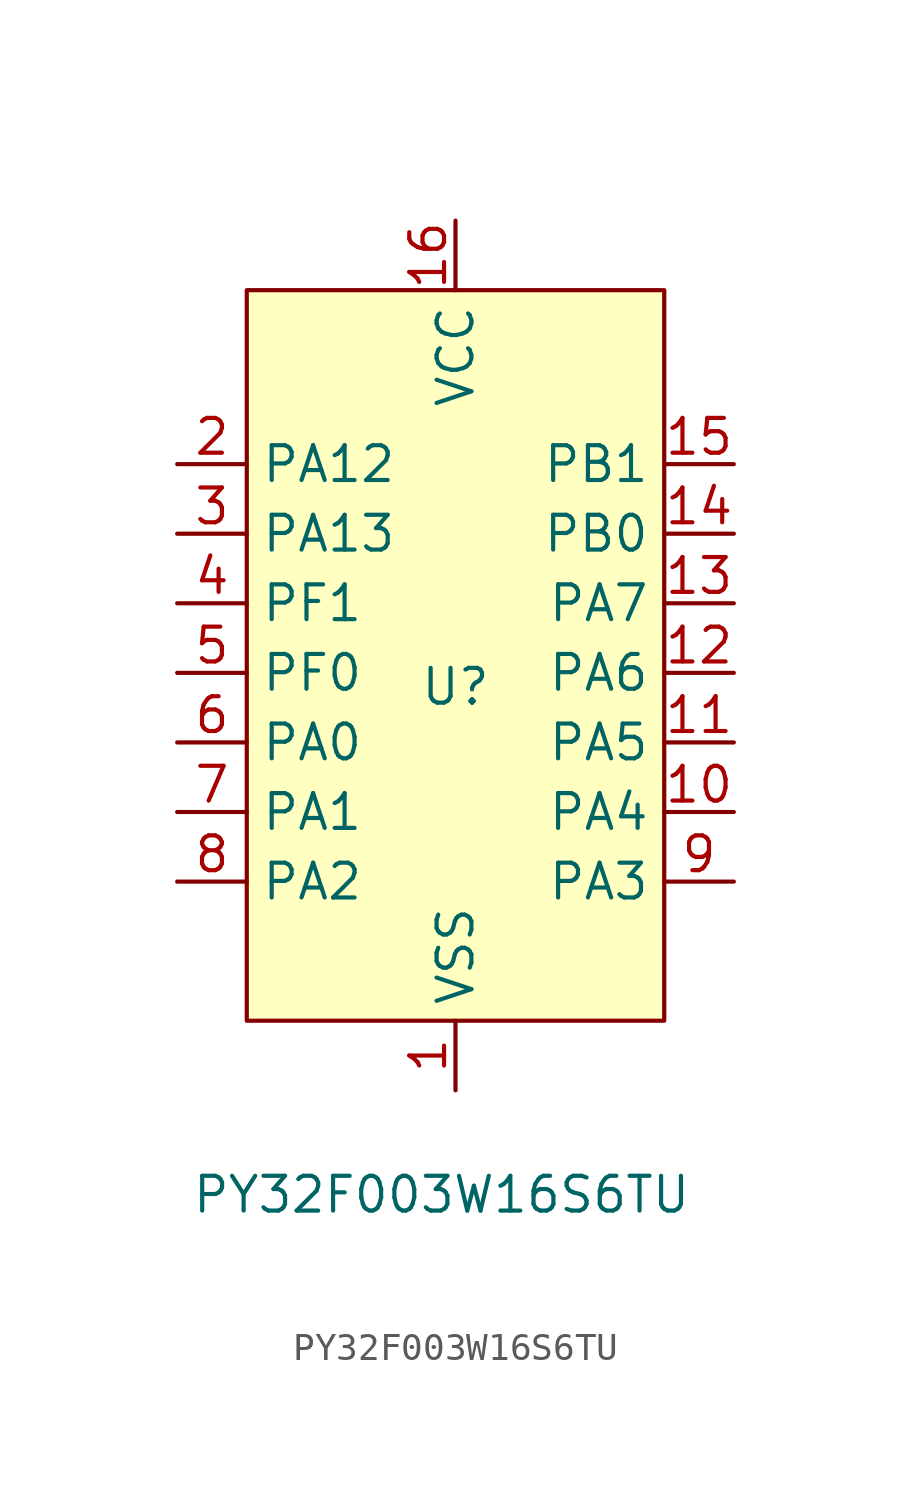
<source format=kicad_sym>
(kicad_symbol_lib
  (version 20231120)
  (generator "kicad_symbol_editor")
  (generator_version "8.0")
  (symbol "PY32F003W16S6TU"
    (property "Reference" "U"
      (at 0 -0.508 0)
      (effects (font (size 1.27 1.27))))
    (property "Value" "PY32F003W16S6TU"
      (at -0.508 -19.05 0)
      (effects (font (size 1.27 1.27))))
    (symbol "PY32F003W16S6TU_1_1"
      (rectangle (start -7.62 13.97) (end 7.62 -12.7) (stroke (width 0) (type default)) (fill (type background)))
      (pin power_in line (at 0 -15.24 90) (length 2.54) (name "VSS" (effects (font (size 1.27 1.27)))) (number "1" (effects (font (size 1.27 1.27)))))
      (pin bidirectional line (at 10.16 -5.08 180) (length 2.54) (name "PA4" (effects (font (size 1.27 1.27)))) (number "10" (effects (font (size 1.27 1.27)))))
      (pin bidirectional line (at 10.16 -2.54 180) (length 2.54) (name "PA5" (effects (font (size 1.27 1.27)))) (number "11" (effects (font (size 1.27 1.27)))))
      (pin bidirectional line (at 10.16 0 180) (length 2.54) (name "PA6" (effects (font (size 1.27 1.27)))) (number "12" (effects (font (size 1.27 1.27)))))
      (pin bidirectional line (at 10.16 2.54 180) (length 2.54) (name "PA7" (effects (font (size 1.27 1.27)))) (number "13" (effects (font (size 1.27 1.27)))))
      (pin bidirectional line (at 10.16 5.08 180) (length 2.54) (name "PB0" (effects (font (size 1.27 1.27)))) (number "14" (effects (font (size 1.27 1.27)))))
      (pin bidirectional line (at 10.16 7.62 180) (length 2.54) (name "PB1" (effects (font (size 1.27 1.27)))) (number "15" (effects (font (size 1.27 1.27)))))
      (pin power_in line (at 0 16.51 270) (length 2.54) (name "VCC" (effects (font (size 1.27 1.27)))) (number "16" (effects (font (size 1.27 1.27)))))
      (pin bidirectional line (at -10.16 7.62 0) (length 2.54) (name "PA12" (effects (font (size 1.27 1.27)))) (number "2" (effects (font (size 1.27 1.27)))))
      (pin bidirectional line (at -10.16 5.08 0) (length 2.54) (name "PA13" (effects (font (size 1.27 1.27)))) (number "3" (effects (font (size 1.27 1.27)))))
      (pin bidirectional line (at -10.16 2.54 0) (length 2.54) (name "PF1" (effects (font (size 1.27 1.27)))) (number "4" (effects (font (size 1.27 1.27)))))
      (pin bidirectional line (at -10.16 0 0) (length 2.54) (name "PF0" (effects (font (size 1.27 1.27)))) (number "5" (effects (font (size 1.27 1.27)))))
      (pin bidirectional line (at -10.16 -2.54 0) (length 2.54) (name "PA0" (effects (font (size 1.27 1.27)))) (number "6" (effects (font (size 1.27 1.27)))))
      (pin bidirectional line (at -10.16 -5.08 0) (length 2.54) (name "PA1" (effects (font (size 1.27 1.27)))) (number "7" (effects (font (size 1.27 1.27)))))
      (pin bidirectional line (at -10.16 -7.62 0) (length 2.54) (name "PA2" (effects (font (size 1.27 1.27)))) (number "8" (effects (font (size 1.27 1.27)))))
      (pin bidirectional line (at 10.16 -7.62 180) (length 2.54) (name "PA3" (effects (font (size 1.27 1.27)))) (number "9" (effects (font (size 1.27 1.27))))))))
</source>
